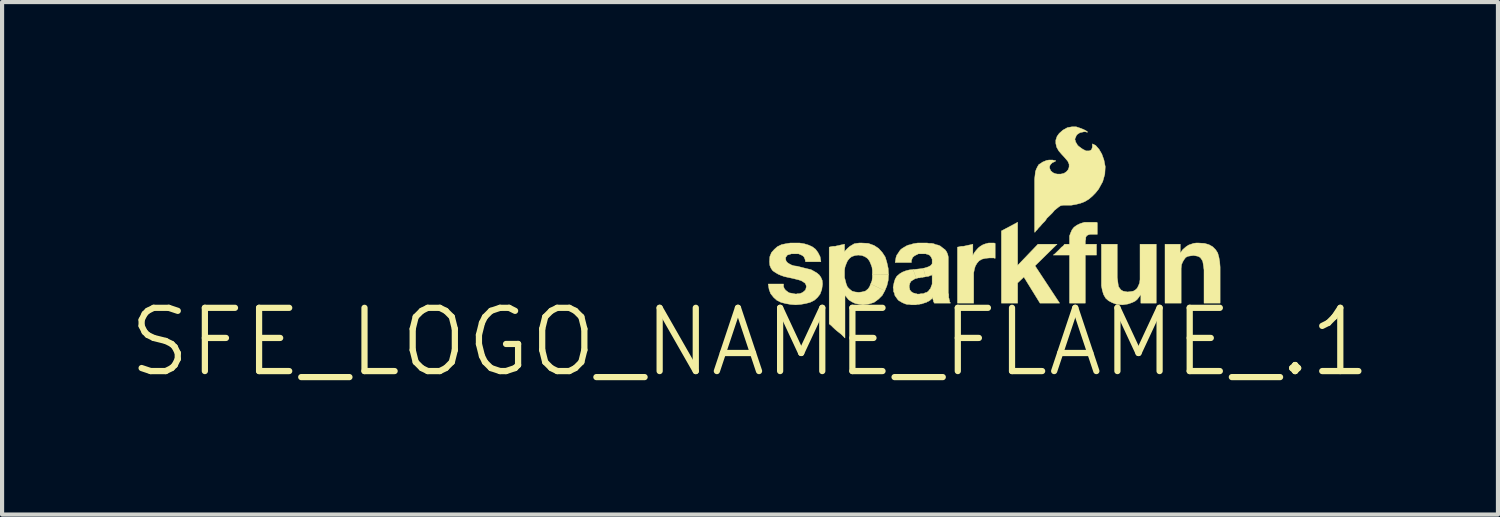
<source format=kicad_pcb>
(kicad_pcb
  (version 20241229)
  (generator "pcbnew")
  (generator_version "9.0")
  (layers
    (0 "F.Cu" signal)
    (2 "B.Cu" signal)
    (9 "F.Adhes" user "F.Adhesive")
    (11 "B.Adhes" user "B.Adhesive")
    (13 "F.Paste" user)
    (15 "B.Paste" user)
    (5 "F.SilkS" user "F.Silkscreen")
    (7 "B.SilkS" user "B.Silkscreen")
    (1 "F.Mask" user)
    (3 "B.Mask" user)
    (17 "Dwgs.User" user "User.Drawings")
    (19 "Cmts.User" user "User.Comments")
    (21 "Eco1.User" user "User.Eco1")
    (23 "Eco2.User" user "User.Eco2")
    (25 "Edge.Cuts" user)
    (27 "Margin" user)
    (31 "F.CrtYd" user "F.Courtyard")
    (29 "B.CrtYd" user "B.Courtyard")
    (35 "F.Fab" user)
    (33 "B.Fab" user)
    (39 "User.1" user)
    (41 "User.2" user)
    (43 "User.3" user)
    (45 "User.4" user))
  (footprint "SFE_LOGO_NAME_FLAME_.1"
    (layer "F.Cu")
    (at 15.022 5.194)
    (property "Reference" "SFE_LOGO_NAME_FLAME_.1" (at 0 0 0) (layer "F.SilkS") (effects (font (size 1.524 1.524) (thickness 0.15))))
    (attr exclude_from_pos_files exclude_from_bom)
    (fp_poly (pts (xy 2.908 -1.4) (xy 2.939 -1.478) (xy 2.949 -1.56) (xy 2.949 -1.638) (xy 3.338 -1.628) (xy 3.33 -1.488) (xy 3.299 -1.359) (xy 3.249 -1.24)) (stroke (width 0.01) (type solid)) (fill yes) (layer "F.SilkS"))
    (fp_poly (pts (xy 6.058 -2.68) (xy 6.449 -2.888) (xy 6.449 -1.849) (xy 6.939 -2.36) (xy 7.399 -2.36) (xy 6.868 -1.839) (xy 7.46 -0.94) (xy 6.988 -0.94) (xy 6.599 -1.57) (xy 6.449 -1.427) (xy 6.449 -0.94) (xy 6.058 -0.94)) (stroke (width 0.01) (type solid)) (fill yes) (layer "F.SilkS"))
    (fp_poly (pts (xy 3.929 -1.748) (xy 4.018 -1.758) (xy 4.11 -1.768) (xy 4.178 -1.778) (xy 4.229 -1.58) (xy 4.209 -1.57) (xy 4.188 -1.57) (xy 4.158 -1.56) (xy 4.12 -1.56) (xy 4.089 -1.549) (xy 4.049 -1.549) (xy 4.028 -1.539) (xy 4.008 -1.539)) (stroke (width 0.01) (type solid)) (fill yes) (layer "F.SilkS"))
    (fp_poly (pts (xy 4.999 -2.289) (xy 5.05 -2.299) (xy 5.088 -2.309) (xy 5.138 -2.309) (xy 5.189 -2.319) (xy 5.23 -2.329) (xy 5.278 -2.339) (xy 5.329 -2.349) (xy 5.37 -2.36) (xy 5.37 -2.088) (xy 5.408 -2.159) (xy 5.448 -2.21) (xy 5.499 -2.268) (xy 5.55 -2.309) (xy 5.618 -2.349) (xy 5.679 -2.37) (xy 5.748 -2.388) (xy 5.888 -2.388) (xy 5.898 -2.38) (xy 5.908 -2.38) (xy 5.908 -2.019) (xy 5.898 -2.019) (xy 5.878 -2.029) (xy 5.768 -2.029) (xy 5.669 -2.019) (xy 5.588 -1.999) (xy 5.519 -1.958) (xy 5.469 -1.9) (xy 5.428 -1.829) (xy 5.408 -1.758) (xy 5.39 -1.669) (xy 5.39 -0.94) (xy 4.999 -0.94) (xy 4.999 -2.118)) (stroke (width 0.01) (type solid)) (fill yes) (layer "F.SilkS"))
    (fp_poly (pts (xy 7.699 -2.098) (xy 7.308 -2.098) (xy 7.348 -2.129) (xy 7.379 -2.159) (xy 7.409 -2.189) (xy 7.45 -2.228) (xy 7.478 -2.258) (xy 7.508 -2.289) (xy 7.549 -2.319) (xy 7.579 -2.36) (xy 7.699 -2.36) (xy 7.699 -2.558) (xy 7.729 -2.639) (xy 7.76 -2.708) (xy 7.808 -2.769) (xy 7.879 -2.819) (xy 7.958 -2.857) (xy 8.059 -2.888) (xy 8.349 -2.888) (xy 8.369 -2.878) (xy 8.369 -2.598) (xy 8.199 -2.598) (xy 8.158 -2.588) (xy 8.138 -2.578) (xy 8.118 -2.568) (xy 8.098 -2.54) (xy 8.09 -2.52) (xy 8.09 -2.479) (xy 8.08 -2.438) (xy 8.08 -2.36) (xy 8.349 -2.36) (xy 8.349 -2.098) (xy 8.08 -2.098) (xy 8.08 -0.94) (xy 7.699 -0.94) (xy 7.699 -1.948)) (stroke (width 0.01) (type solid)) (fill yes) (layer "F.SilkS"))
    (fp_poly (pts (xy 9.789 -0.94) (xy 9.418 -0.94) (xy 9.418 -1.138) (xy 9.408 -1.138) (xy 9.368 -1.079) (xy 9.329 -1.029) (xy 9.279 -0.988) (xy 9.218 -0.958) (xy 9.169 -0.94) (xy 9.108 -0.919) (xy 9.04 -0.909) (xy 8.979 -0.899) (xy 8.839 -0.909) (xy 8.73 -0.95) (xy 8.639 -0.998) (xy 8.57 -1.059) (xy 8.519 -1.148) (xy 8.489 -1.25) (xy 8.468 -1.359) (xy 8.468 -2.36) (xy 8.849 -2.36) (xy 8.849 -1.56) (xy 8.86 -1.478) (xy 8.87 -1.4) (xy 8.88 -1.339) (xy 8.908 -1.298) (xy 8.938 -1.26) (xy 8.989 -1.229) (xy 9.04 -1.219) (xy 9.098 -1.209) (xy 9.18 -1.219) (xy 9.238 -1.229) (xy 9.289 -1.26) (xy 9.329 -1.298) (xy 9.36 -1.359) (xy 9.388 -1.427) (xy 9.398 -1.509) (xy 9.398 -2.36) (xy 9.789 -2.36) (xy 9.789 -1.118)) (stroke (width 0.01) (type solid)) (fill yes) (layer "F.SilkS"))
    (fp_poly (pts (xy 10 -2.36) (xy 10.368 -2.36) (xy 10.368 -2.159) (xy 10.378 -2.159) (xy 10.419 -2.22) (xy 10.46 -2.258) (xy 10.508 -2.299) (xy 10.569 -2.339) (xy 10.63 -2.36) (xy 10.688 -2.38) (xy 10.749 -2.388) (xy 10.808 -2.388) (xy 10.95 -2.38) (xy 11.059 -2.349) (xy 11.148 -2.299) (xy 11.219 -2.228) (xy 11.27 -2.149) (xy 11.298 -2.05) (xy 11.318 -1.938) (xy 11.328 -1.808) (xy 11.328 -0.94) (xy 10.94 -0.94) (xy 10.94 -1.74) (xy 10.93 -1.819) (xy 10.919 -1.89) (xy 10.909 -1.948) (xy 10.879 -1.999) (xy 10.848 -2.04) (xy 10.798 -2.068) (xy 10.749 -2.078) (xy 10.688 -2.088) (xy 10.61 -2.078) (xy 10.549 -2.068) (xy 10.498 -2.04) (xy 10.46 -1.989) (xy 10.429 -1.938) (xy 10.399 -1.869) (xy 10.389 -1.778) (xy 10.389 -0.94) (xy 10 -0.94) (xy 10 -2.179)) (stroke (width 0.01) (type solid)) (fill yes) (layer "F.SilkS"))
    (fp_poly (pts (xy 3.249 -1.24) (xy 3.188 -1.128) (xy 3.099 -1.039) (xy 2.99 -0.958) (xy 2.868 -0.919) (xy 2.718 -0.899) (xy 2.659 -0.909) (xy 2.598 -0.919) (xy 2.54 -0.93) (xy 2.479 -0.958) (xy 2.428 -0.988) (xy 2.38 -1.019) (xy 2.339 -1.069) (xy 2.299 -1.118) (xy 2.289 -1.118) (xy 2.289 -0.099) (xy 2.248 -0.14) (xy 2.2 -0.188) (xy 2.149 -0.229) (xy 2.098 -0.269) (xy 2.05 -0.31) (xy 1.999 -0.358) (xy 1.958 -0.399) (xy 1.908 -0.439) (xy 1.908 -2.289) (xy 1.948 -2.299) (xy 1.999 -2.309) (xy 2.05 -2.309) (xy 2.088 -2.319) (xy 2.139 -2.329) (xy 2.179 -2.339) (xy 2.228 -2.349) (xy 2.278 -2.36) (xy 2.278 -2.179) (xy 2.319 -2.228) (xy 2.36 -2.268) (xy 2.408 -2.309) (xy 2.459 -2.339) (xy 2.51 -2.37) (xy 2.568 -2.38) (xy 2.629 -2.388) (xy 2.697 -2.388) (xy 2.85 -2.38) (xy 2.99 -2.329) (xy 3.099 -2.258) (xy 3.188 -2.159) (xy 3.259 -2.05) (xy 3.299 -1.918) (xy 3.33 -1.778) (xy 3.338 -1.628) (xy 2.949 -1.638) (xy 2.949 -1.73) (xy 2.939 -1.808) (xy 2.908 -1.89) (xy 2.878 -1.958) (xy 2.83 -2.019) (xy 2.769 -2.06) (xy 2.697 -2.088) (xy 2.609 -2.098) (xy 2.53 -2.088) (xy 2.449 -2.06) (xy 2.398 -2.019) (xy 2.349 -1.958) (xy 2.319 -1.89) (xy 2.289 -1.808) (xy 2.278 -1.73) (xy 2.278 -1.56) (xy 2.299 -1.478) (xy 2.319 -1.4) (xy 2.349 -1.328) (xy 2.398 -1.278) (xy 2.459 -1.229) (xy 2.53 -1.209) (xy 2.619 -1.199) (xy 2.697 -1.209) (xy 2.779 -1.229) (xy 2.84 -1.278) (xy 2.878 -1.328) (xy 2.908 -1.4)) (stroke (width 0.01) (type solid)) (fill yes) (layer "F.SilkS"))
    (fp_poly (pts (xy 0.808 -1.4) (xy 0.808 -1.339) (xy 0.828 -1.288) (xy 0.859 -1.25) (xy 0.899 -1.219) (xy 0.94 -1.189) (xy 0.998 -1.179) (xy 1.049 -1.168) (xy 1.11 -1.158) (xy 1.148 -1.168) (xy 1.189 -1.168) (xy 1.229 -1.179) (xy 1.27 -1.199) (xy 1.308 -1.229) (xy 1.339 -1.26) (xy 1.349 -1.298) (xy 1.359 -1.339) (xy 1.349 -1.379) (xy 1.328 -1.42) (xy 1.288 -1.448) (xy 1.24 -1.478) (xy 1.179 -1.499) (xy 1.1 -1.519) (xy 1.019 -1.539) (xy 0.919 -1.56) (xy 0.828 -1.58) (xy 0.749 -1.608) (xy 0.678 -1.638) (xy 0.61 -1.679) (xy 0.549 -1.72) (xy 0.508 -1.778) (xy 0.478 -1.849) (xy 0.47 -1.938) (xy 0.478 -2.06) (xy 0.518 -2.159) (xy 0.589 -2.238) (xy 0.658 -2.299) (xy 0.759 -2.349) (xy 0.859 -2.37) (xy 0.968 -2.388) (xy 1.199 -2.388) (xy 1.308 -2.37) (xy 1.41 -2.339) (xy 1.499 -2.299) (xy 1.58 -2.238) (xy 1.638 -2.159) (xy 1.689 -2.06) (xy 1.709 -1.938) (xy 1.339 -1.938) (xy 1.328 -1.989) (xy 1.308 -2.04) (xy 1.288 -2.068) (xy 1.26 -2.088) (xy 1.219 -2.108) (xy 1.168 -2.129) (xy 0.998 -2.129) (xy 0.968 -2.118) (xy 0.93 -2.108) (xy 0.899 -2.098) (xy 0.879 -2.068) (xy 0.859 -2.04) (xy 0.859 -1.999) (xy 0.869 -1.958) (xy 0.899 -1.918) (xy 0.94 -1.89) (xy 0.998 -1.859) (xy 1.059 -1.839) (xy 1.138 -1.829) (xy 1.219 -1.808) (xy 1.298 -1.788) (xy 1.379 -1.768) (xy 1.468 -1.748) (xy 1.539 -1.709) (xy 1.608 -1.669) (xy 1.669 -1.618) (xy 1.709 -1.56) (xy 1.74 -1.488) (xy 1.748 -1.4) (xy 1.73 -1.27) (xy 1.689 -1.158) (xy 1.628 -1.079) (xy 1.549 -1.008) (xy 1.448 -0.958) (xy 1.339 -0.93) (xy 1.219 -0.909) (xy 1.1 -0.899) (xy 0.978 -0.909) (xy 0.859 -0.93) (xy 0.749 -0.958) (xy 0.648 -1.008) (xy 0.569 -1.079) (xy 0.498 -1.168) (xy 0.46 -1.27) (xy 0.439 -1.4) (xy 0.759 -1.4)) (stroke (width 0.01) (type solid)) (fill yes) (layer "F.SilkS"))
    (fp_poly (pts (xy 8.25 -4.778) (xy 8.25 -4.699) (xy 8.24 -4.669) (xy 8.23 -4.638) (xy 8.199 -4.618) (xy 8.169 -4.608) (xy 8.098 -4.608) (xy 8.059 -4.628) (xy 8.019 -4.648) (xy 7.988 -4.669) (xy 7.948 -4.699) (xy 7.92 -4.719) (xy 7.889 -4.75) (xy 7.869 -4.788) (xy 7.849 -4.818) (xy 7.838 -4.859) (xy 7.828 -4.889) (xy 7.838 -4.92) (xy 7.849 -4.938) (xy 7.859 -4.968) (xy 7.879 -4.999) (xy 7.92 -5.029) (xy 7.958 -5.05) (xy 8.009 -5.06) (xy 8.049 -5.07) (xy 8.08 -5.07) (xy 8.108 -5.06) (xy 8.138 -5.06) (xy 8.128 -5.07) (xy 8.09 -5.098) (xy 8.029 -5.128) (xy 7.948 -5.159) (xy 7.859 -5.189) (xy 7.76 -5.189) (xy 7.648 -5.169) (xy 7.539 -5.108) (xy 7.45 -5.029) (xy 7.399 -4.958) (xy 7.369 -4.869) (xy 7.369 -4.788) (xy 7.389 -4.699) (xy 7.44 -4.608) (xy 7.508 -4.529) (xy 7.59 -4.44) (xy 7.658 -4.359) (xy 7.689 -4.288) (xy 7.689 -4.219) (xy 7.668 -4.158) (xy 7.628 -4.11) (xy 7.569 -4.069) (xy 7.488 -4.049) (xy 7.409 -4.049) (xy 7.358 -4.059) (xy 7.308 -4.079) (xy 7.28 -4.1) (xy 7.249 -4.128) (xy 7.229 -4.168) (xy 7.219 -4.199) (xy 7.219 -4.229) (xy 7.229 -4.26) (xy 7.249 -4.288) (xy 7.269 -4.308) (xy 7.29 -4.328) (xy 7.318 -4.338) (xy 7.338 -4.348) (xy 7.358 -4.359) (xy 7.369 -4.369) (xy 7.348 -4.379) (xy 7.328 -4.379) (xy 7.29 -4.389) (xy 7.209 -4.389) (xy 7.148 -4.379) (xy 7.099 -4.359) (xy 7.048 -4.338) (xy 7.008 -4.308) (xy 6.96 -4.28) (xy 6.929 -4.229) (xy 6.899 -4.168) (xy 6.878 -4.11) (xy 6.868 -4.018) (xy 6.858 -3.929) (xy 6.858 -2.649) (xy 6.868 -2.649) (xy 6.888 -2.68) (xy 6.919 -2.708) (xy 6.949 -2.748) (xy 6.998 -2.799) (xy 7.048 -2.857) (xy 7.109 -2.918) (xy 7.158 -2.99) (xy 7.229 -3.058) (xy 7.29 -3.119) (xy 7.338 -3.178) (xy 7.389 -3.218) (xy 7.44 -3.259) (xy 7.488 -3.289) (xy 7.549 -3.299) (xy 7.739 -3.299) (xy 7.859 -3.32) (xy 7.968 -3.348) (xy 8.07 -3.388) (xy 8.169 -3.449) (xy 8.25 -3.518) (xy 8.329 -3.599) (xy 8.4 -3.688) (xy 8.499 -3.868) (xy 8.55 -4.049) (xy 8.56 -4.229) (xy 8.529 -4.389) (xy 8.479 -4.529) (xy 8.41 -4.648) (xy 8.329 -4.74)) (stroke (width 0.01) (type solid)) (fill yes) (layer "F.SilkS"))
    (fp_poly (pts (xy 4.008 -1.539) (xy 3.978 -1.529) (xy 3.96 -1.519) (xy 3.95 -1.509) (xy 3.929 -1.499) (xy 3.909 -1.488) (xy 3.899 -1.478) (xy 3.879 -1.468) (xy 3.868 -1.448) (xy 3.858 -1.427) (xy 3.848 -1.41) (xy 3.848 -1.389) (xy 3.838 -1.369) (xy 3.838 -1.318) (xy 3.848 -1.288) (xy 3.848 -1.27) (xy 3.858 -1.25) (xy 3.868 -1.24) (xy 3.879 -1.219) (xy 3.899 -1.209) (xy 3.909 -1.199) (xy 3.929 -1.189) (xy 3.95 -1.179) (xy 3.967 -1.179) (xy 3.988 -1.168) (xy 4.008 -1.168) (xy 4.028 -1.158) (xy 4.079 -1.158) (xy 4.128 -1.168) (xy 4.178 -1.168) (xy 4.219 -1.189) (xy 4.26 -1.199) (xy 4.288 -1.219) (xy 4.308 -1.24) (xy 4.328 -1.27) (xy 4.348 -1.288) (xy 4.359 -1.318) (xy 4.369 -1.349) (xy 4.379 -1.369) (xy 4.389 -1.4) (xy 4.389 -1.628) (xy 4.379 -1.618) (xy 4.369 -1.608) (xy 4.348 -1.608) (xy 4.328 -1.598) (xy 4.308 -1.587) (xy 4.288 -1.587) (xy 4.27 -1.58) (xy 4.229 -1.58) (xy 4.178 -1.778) (xy 4.249 -1.798) (xy 4.308 -1.819) (xy 4.359 -1.849) (xy 4.389 -1.89) (xy 4.389 -1.999) (xy 4.379 -2.019) (xy 4.369 -2.04) (xy 4.359 -2.06) (xy 4.348 -2.068) (xy 4.338 -2.088) (xy 4.318 -2.098) (xy 4.298 -2.108) (xy 4.28 -2.118) (xy 4.26 -2.118) (xy 4.239 -2.129) (xy 4.059 -2.129) (xy 4.039 -2.118) (xy 4.018 -2.108) (xy 3.998 -2.098) (xy 3.978 -2.088) (xy 3.96 -2.078) (xy 3.95 -2.068) (xy 3.929 -2.05) (xy 3.919 -2.04) (xy 3.909 -2.019) (xy 3.899 -1.989) (xy 3.889 -1.968) (xy 3.889 -1.918) (xy 3.498 -1.918) (xy 3.508 -1.979) (xy 3.518 -2.04) (xy 3.538 -2.098) (xy 3.569 -2.139) (xy 3.599 -2.189) (xy 3.63 -2.228) (xy 3.668 -2.258) (xy 3.719 -2.289) (xy 3.769 -2.319) (xy 3.818 -2.339) (xy 3.868 -2.349) (xy 3.929 -2.37) (xy 3.988 -2.38) (xy 4.039 -2.388) (xy 4.27 -2.388) (xy 4.318 -2.38) (xy 4.379 -2.38) (xy 4.43 -2.37) (xy 4.478 -2.349) (xy 4.529 -2.339) (xy 4.58 -2.319) (xy 4.618 -2.289) (xy 4.658 -2.258) (xy 4.699 -2.228) (xy 4.729 -2.189) (xy 4.75 -2.149) (xy 4.768 -2.098) (xy 4.778 -2.05) (xy 4.778 -1.179) (xy 4.788 -1.158) (xy 4.788 -1.069) (xy 4.798 -1.049) (xy 4.798 -1.029) (xy 4.808 -1.008) (xy 4.808 -0.978) (xy 4.818 -0.958) (xy 4.829 -0.95) (xy 4.829 -0.94) (xy 4.44 -0.94) (xy 4.44 -0.95) (xy 4.43 -0.958) (xy 4.43 -0.968) (xy 4.42 -0.978) (xy 4.42 -1.008) (xy 4.409 -1.019) (xy 4.409 -1.079) (xy 4.389 -1.049) (xy 4.359 -1.029) (xy 4.338 -1.008) (xy 4.308 -0.988) (xy 4.28 -0.978) (xy 4.249 -0.958) (xy 4.219 -0.95) (xy 4.188 -0.94) (xy 4.158 -0.93) (xy 4.128 -0.919) (xy 4.1 -0.919) (xy 4.069 -0.909) (xy 4.028 -0.909) (xy 3.998 -0.899) (xy 3.889 -0.899) (xy 3.838 -0.909) (xy 3.79 -0.909) (xy 3.749 -0.919) (xy 3.698 -0.94) (xy 3.658 -0.958) (xy 3.63 -0.978) (xy 3.589 -0.998) (xy 3.559 -1.029) (xy 3.538 -1.059) (xy 3.508 -1.1) (xy 3.49 -1.128) (xy 3.48 -1.179) (xy 3.459 -1.219) (xy 3.459 -1.27) (xy 3.449 -1.318) (xy 3.47 -1.427) (xy 3.498 -1.519) (xy 3.538 -1.587) (xy 3.609 -1.648) (xy 3.678 -1.689) (xy 3.759 -1.72) (xy 3.838 -1.74) (xy 3.929 -1.748)) (stroke (width 0.01) (type solid)) (fill yes) (layer "F.SilkS")))
  (gr_rect
    (start -3 -3)
    (end 33.045 9.349)
    (stroke (width 0.1) (type default))
    (fill no)
    (layer "Edge.Cuts")))
</source>
